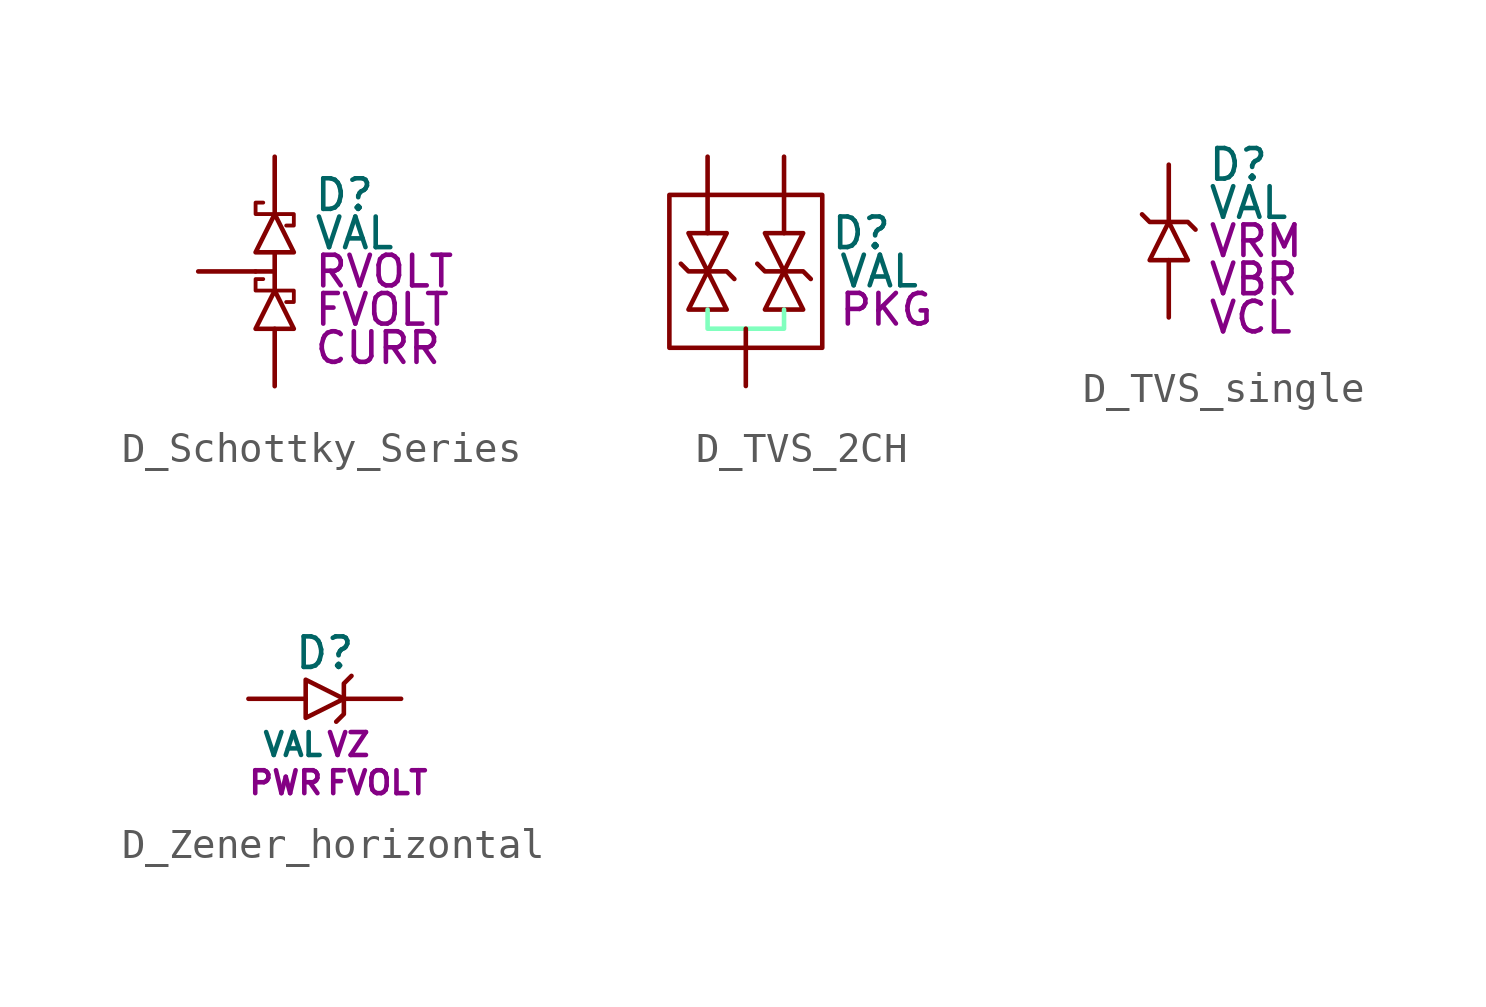
<source format=kicad_sym>
(kicad_symbol_lib
  (version 20241209)
  (generator "kicad_symbol_editor")
  (generator_version "9.0")
  (symbol "D_Schottky_Series"
    (pin_numbers
      (hide yes))
    (property "Reference" "D"
      (at 1.27 2.54 0)
      (do_not_autoplace)
      (effects (font (size 1.016 1.016)) (justify left)))
    (property "Value" "VAL"
      (at 1.27 1.27 0)
      (do_not_autoplace)
      (effects (font (size 1.016 1.016)) (justify left)))
    (property "Reverse Voltage" "RVOLT"
      (at 1.27 0 0)
      (do_not_autoplace)
      (effects (font (size 1.016 1.016)) (justify left)))
    (property "Forward Voltage" "FVOLT"
      (at 1.27 -1.27 0)
      (do_not_autoplace)
      (effects (font (size 1.016 1.016)) (justify left)))
    (property "Current" "CURR"
      (at 1.27 -2.54 0)
      (do_not_autoplace)
      (effects (font (size 1.016 1.016)) (justify left)))
    (symbol "D_Schottky_Series_0_1"
      (polyline (pts (xy 0 0.635) (xy 0 -0.635)) (stroke (width 0) (type default)) (fill (type none)))
      (polyline (pts (xy 0 0) (xy -0.635 0)) (stroke (width 0) (type default)) (fill (type none))))
    (symbol "D_Schottky_Series_1_0"
      (pin passive line (at -2.54 0 0) (length 1.905) (name "" (effects (font (size 1.27 1.27)))) (number "3" (effects (font (size 1.27 1.27)))))
      (pin passive line (at 0 3.81 270) (length 1.905) (name "" (effects (font (size 1.27 1.27)))) (number "2" (effects (font (size 1.27 1.27)))))
      (pin passive line (at 0 -3.81 90) (length 1.905) (name "" (effects (font (size 1.27 1.27)))) (number "1" (effects (font (size 1.27 1.27))))))
    (symbol "D_Schottky_Series_1_1"
      (polyline (pts (xy -0.635 0.635) (xy 0.635 0.635) (xy 0 1.905) (xy -0.635 0.635)) (stroke (width 0.152) (type default)) (fill (type none)))
      (polyline (pts (xy -0.635 -1.905) (xy 0.635 -1.905) (xy 0 -0.635) (xy -0.635 -1.905)) (stroke (width 0.152) (type default)) (fill (type none)))
      (polyline (pts (xy 0 1.905) (xy -0.635 1.905) (xy -0.635 2.159) (xy -0.635 2.286) (xy -0.381 2.286)) (stroke (width 0.127) (type default)) (fill (type none)))
      (polyline (pts (xy 0 1.905) (xy 0.635 1.905) (xy 0.635 1.651) (xy 0.635 1.524) (xy 0.381 1.524)) (stroke (width 0.127) (type default)) (fill (type none)))
      (polyline (pts (xy 0 -0.635) (xy -0.635 -0.635) (xy -0.635 -0.381) (xy -0.635 -0.254) (xy -0.381 -0.254)) (stroke (width 0.127) (type default)) (fill (type none)))
      (polyline (pts (xy 0 -0.635) (xy 0.635 -0.635) (xy 0.635 -0.889) (xy 0.635 -1.016) (xy 0.381 -1.016)) (stroke (width 0.127) (type default)) (fill (type none)))))
  (symbol "D_TVS_2CH"
    (pin_numbers
      (hide yes))
    (property "Reference" "D"
      (at 2.794 1.27 0)
      (do_not_autoplace)
      (effects (font (size 1.016 1.016)) (justify left)))
    (property "Value" "VAL"
      (at 3.048 0 0)
      (do_not_autoplace)
      (effects (font (size 1.016 1.016)) (justify left)))
    (property "Package" "PKG"
      (at 3.048 -1.27 0)
      (do_not_autoplace)
      (effects (font (size 1.016 1.016)) (justify left)))
    (symbol "D_TVS_2CH_0_1"
      (polyline (pts (xy -1.27 0) (xy -1.905 0) (xy -2.159 0.254)) (stroke (width 0) (type default)) (fill (type none)))
      (polyline (pts (xy -1.27 0) (xy -0.635 0) (xy -0.381 -0.254)) (stroke (width 0) (type default)) (fill (type none)))
      (polyline (pts (xy 1.27 0) (xy 0.635 0) (xy 0.381 0.254)) (stroke (width 0) (type default)) (fill (type none)))
      (polyline (pts (xy 1.27 0) (xy 1.905 0) (xy 2.159 -0.254)) (stroke (width 0) (type default)) (fill (type none))))
    (symbol "D_TVS_2CH_1_0"
      (pin passive line (at -1.27 3.81 270) (length 2.54) (name "" (effects (font (size 1.27 1.27)))) (number "2" (effects (font (size 1.27 1.27)))))
      (pin passive line (at 0 -3.81 90) (length 1.905) (name "" (effects (font (size 1.27 1.27)))) (number "3" (effects (font (size 1.27 1.27)))))
      (pin passive line (at 1.27 3.81 270) (length 2.54) (name "" (effects (font (size 1.27 1.27)))) (number "1" (effects (font (size 1.27 1.27))))))
    (symbol "D_TVS_2CH_1_1"
      (rectangle (start -2.54 2.54) (end 2.54 -2.54) (stroke (width 0) (type default)) (fill (type none)))
      (polyline (pts (xy -1.905 -1.27) (xy -0.635 -1.27) (xy -1.27 0) (xy -1.905 -1.27)) (stroke (width 0.152) (type default)) (fill (type none)))
      (polyline (pts (xy -0.635 1.27) (xy -1.905 1.27) (xy -1.27 0) (xy -0.635 1.27)) (stroke (width 0.152) (type default)) (fill (type none)))
      (polyline (pts (xy 0.635 -1.27) (xy 1.905 -1.27) (xy 1.27 0) (xy 0.635 -1.27)) (stroke (width 0.152) (type default)) (fill (type none)))
      (polyline (pts (xy 1.27 -1.27) (xy 1.27 -1.905) (xy -1.27 -1.905) (xy -1.27 -1.27)) (stroke (width 0) (type default) (color 129 255 190 1)) (fill (type none)))
      (polyline (pts (xy 1.905 1.27) (xy 0.635 1.27) (xy 1.27 0) (xy 1.905 1.27)) (stroke (width 0.152) (type default)) (fill (type none)))))
  (symbol "D_TVS_single"
    (pin_numbers
      (hide yes))
    (property "Reference" "D"
      (at 1.27 2.54 0)
      (do_not_autoplace)
      (effects (font (size 1.016 1.016)) (justify left)))
    (property "Value" "VAL"
      (at 1.27 1.27 0)
      (do_not_autoplace)
      (effects (font (size 1.016 1.016)) (justify left)))
    (property "Voltage - Reverse Stabdoff" "VRM"
      (at 1.27 0 0)
      (do_not_autoplace)
      (effects (font (size 1.016 1.016)) (justify left)))
    (property "Voltage - Breakdown" "VBR"
      (at 1.27 -1.27 0)
      (do_not_autoplace)
      (effects (font (size 1.016 1.016)) (justify left)))
    (property "Voltage - Clamping" "VCL"
      (at 1.27 -2.54 0)
      (do_not_autoplace)
      (effects (font (size 1.016 1.016)) (justify left)))
    (symbol "D_TVS_single_0_1"
      (polyline (pts (xy 0 0.635) (xy -0.635 0.635) (xy -0.889 0.889)) (stroke (width 0) (type default)) (fill (type none)))
      (polyline (pts (xy 0 0.635) (xy 0.635 0.635) (xy 0.889 0.381)) (stroke (width 0) (type default)) (fill (type none))))
    (symbol "D_TVS_single_1_0"
      (pin passive line (at 0 2.54 270) (length 1.905) (name "" (effects (font (size 1.27 1.27)))) (number "2" (effects (font (size 1.27 1.27)))))
      (pin passive line (at 0 -2.54 90) (length 1.905) (name "" (effects (font (size 1.27 1.27)))) (number "1" (effects (font (size 1.27 1.27))))))
    (symbol "D_TVS_single_1_1"
      (polyline (pts (xy -0.635 -0.635) (xy 0.635 -0.635) (xy 0 0.635) (xy -0.635 -0.635)) (stroke (width 0.152) (type default)) (fill (type none)))))
  (symbol "D_Zener_horizontal"
    (pin_numbers
      (hide yes))
    (property "Reference" "D"
      (at 0 1.524 0)
      (do_not_autoplace)
      (effects (font (size 1.016 1.016))))
    (property "Value" "VAL"
      (at 0 -1.524 0)
      (do_not_autoplace)
      (effects (font (size 0.762 0.762)) (justify right)))
    (property "Zener Voltage" "VZ"
      (at 0 -1.524 0)
      (do_not_autoplace)
      (effects (font (size 0.762 0.762)) (justify left)))
    (property "Forward Voltage" "FVOLT"
      (at 0 -2.794 0)
      (do_not_autoplace)
      (effects (font (size 0.762 0.762)) (justify left)))
    (property "Power Rating" "PWR"
      (at 0 -2.794 0)
      (do_not_autoplace)
      (effects (font (size 0.762 0.762)) (justify right)))
    (symbol "D_Zener_horizontal_0_1"
      (polyline (pts (xy 0.635 0) (xy 0.635 0.508) (xy 0.889 0.762)) (stroke (width 0) (type default)) (fill (type none)))
      (polyline (pts (xy 0.635 0) (xy 0.635 -0.508) (xy 0.381 -0.762)) (stroke (width 0) (type default)) (fill (type none))))
    (symbol "D_Zener_horizontal_1_0"
      (pin passive line (at -2.54 0 0) (length 1.905) (name "" (effects (font (size 1.27 1.27)))) (number "1" (effects (font (size 1.27 1.27)))))
      (pin passive line (at 2.54 0 180) (length 1.905) (name "" (effects (font (size 1.27 1.27)))) (number "2" (effects (font (size 1.27 1.27))))))
    (symbol "D_Zener_horizontal_1_1"
      (polyline (pts (xy -0.635 0.635) (xy -0.635 -0.635) (xy 0.635 0) (xy -0.635 0.635)) (stroke (width 0.152) (type default)) (fill (type none))))))
</source>
